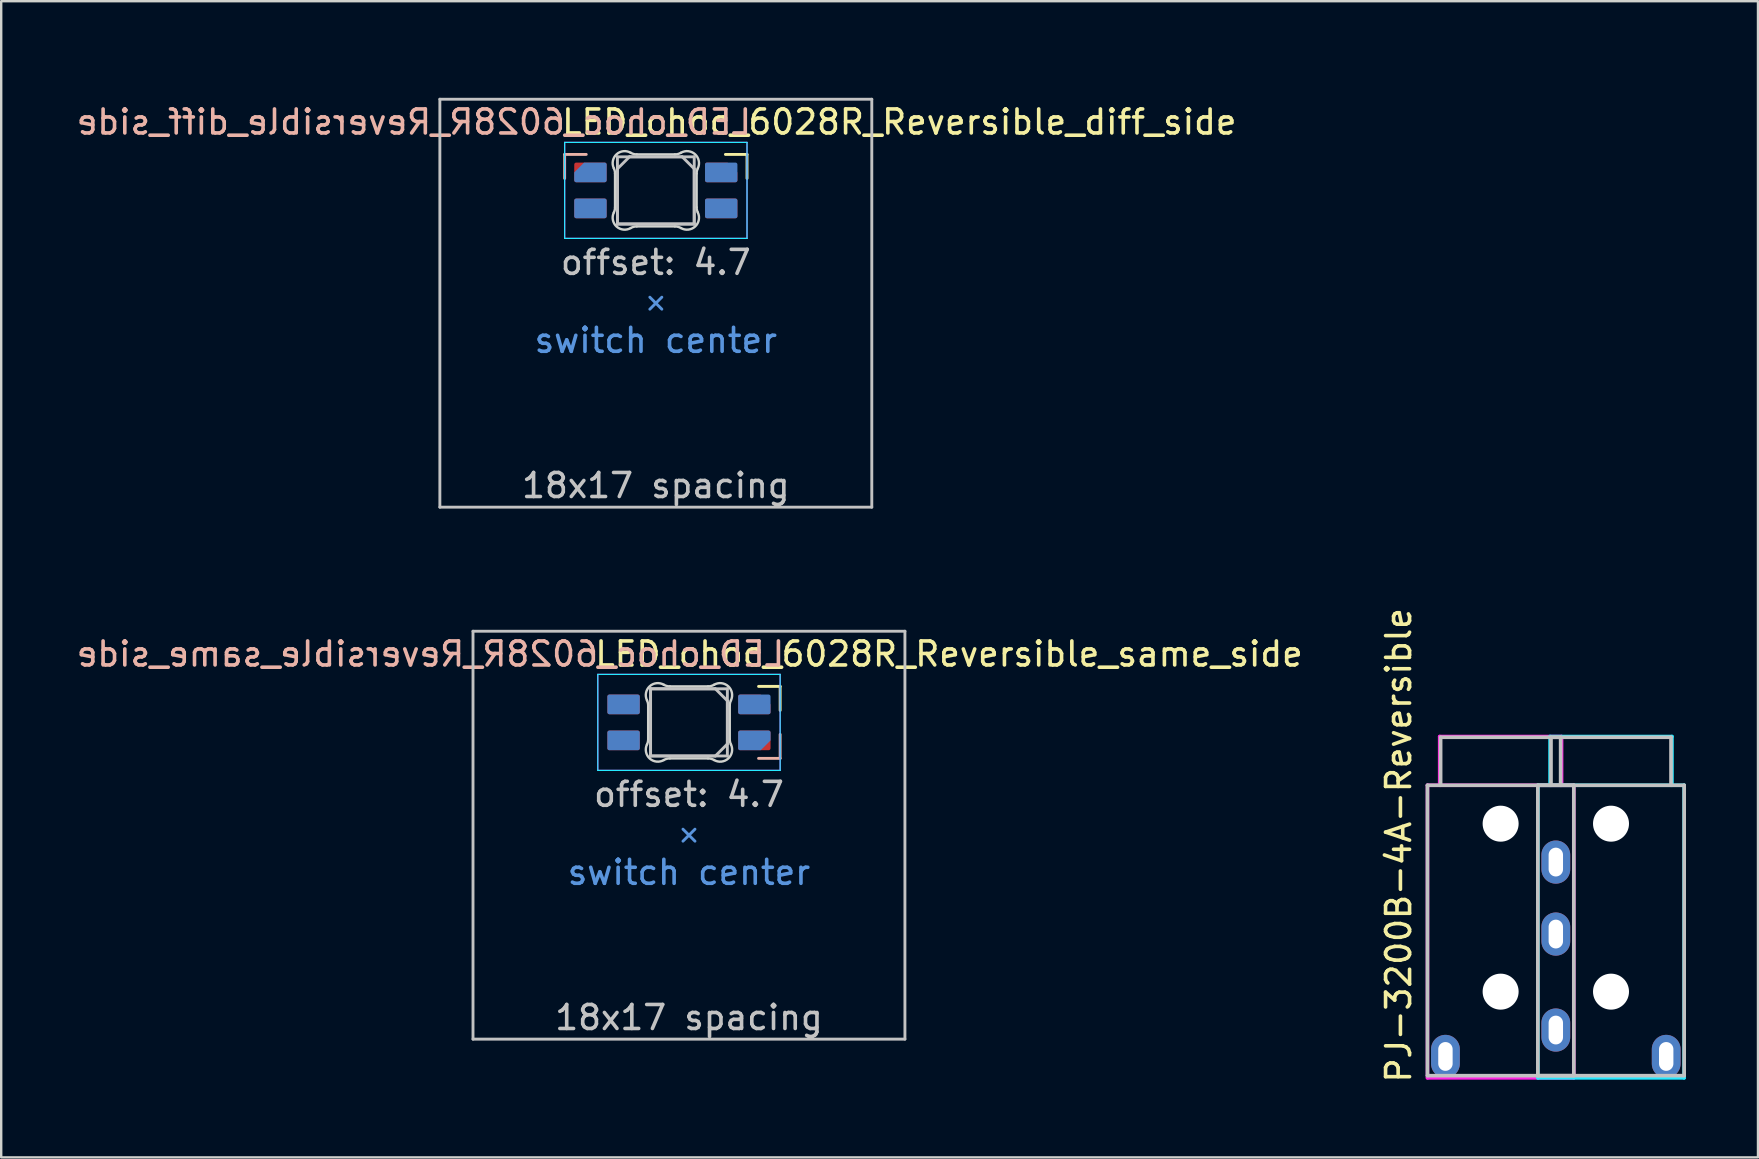
<source format=kicad_pcb>
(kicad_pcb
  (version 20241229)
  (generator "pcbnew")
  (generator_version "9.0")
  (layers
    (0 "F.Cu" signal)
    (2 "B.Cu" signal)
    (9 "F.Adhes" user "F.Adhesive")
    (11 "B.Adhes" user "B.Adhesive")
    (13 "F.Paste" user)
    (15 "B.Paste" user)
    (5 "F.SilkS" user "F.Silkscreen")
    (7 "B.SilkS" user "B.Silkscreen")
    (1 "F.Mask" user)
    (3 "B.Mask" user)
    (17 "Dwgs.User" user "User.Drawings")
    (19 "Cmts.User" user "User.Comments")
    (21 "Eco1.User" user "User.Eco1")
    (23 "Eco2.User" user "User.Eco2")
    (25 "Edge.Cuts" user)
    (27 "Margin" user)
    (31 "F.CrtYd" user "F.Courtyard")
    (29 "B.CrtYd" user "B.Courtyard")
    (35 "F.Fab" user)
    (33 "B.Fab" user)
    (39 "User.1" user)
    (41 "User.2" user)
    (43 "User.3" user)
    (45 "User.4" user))
  (footprint "PJ-3200B-4A-Reversible"
    (layer "F.Cu")
    (at 61.787 29.676)
    (property "Reference" "PJ-3200B-4A-Reversible" (at -6.55 2.5 270) (layer "F.SilkS") (effects (font (size 1 1) (thickness 0.15))))
    (attr through_hole)
    (fp_line (start -5.35 0) (end -5.35 12.1) (stroke (width 0.15) (type solid)) (layer "Dwgs.User"))
    (fp_line (start -4.8 -2) (end 0.2 -2) (stroke (width 0.15) (type solid)) (layer "Dwgs.User"))
    (fp_line (start -4.8 0) (end -4.8 -2) (stroke (width 0.15) (type solid)) (layer "Dwgs.User"))
    (fp_line (start -0.75 0) (end -0.75 12.1) (stroke (width 0.15) (type solid)) (layer "Dwgs.User"))
    (fp_line (start -0.75 0) (end 5.35 0) (stroke (width 0.15) (type solid)) (layer "Dwgs.User"))
    (fp_line (start -0.75 12.1) (end 5.35 12.1) (stroke (width 0.15) (type solid)) (layer "Dwgs.User"))
    (fp_line (start -0.2 0) (end -0.2 -2) (stroke (width 0.15) (type solid)) (layer "Dwgs.User"))
    (fp_line (start 0.2 0) (end 0.2 -2) (stroke (width 0.15) (type solid)) (layer "Dwgs.User"))
    (fp_line (start 0.75 0) (end -5.35 0) (stroke (width 0.15) (type solid)) (layer "Dwgs.User"))
    (fp_line (start 0.75 0) (end 0.75 12.1) (stroke (width 0.15) (type solid)) (layer "Dwgs.User"))
    (fp_line (start 0.75 12.1) (end -5.35 12.1) (stroke (width 0.15) (type solid)) (layer "Dwgs.User"))
    (fp_line (start 4.8 -2) (end -0.2 -2) (stroke (width 0.15) (type solid)) (layer "Dwgs.User"))
    (fp_line (start 4.8 0) (end 4.8 -2) (stroke (width 0.15) (type solid)) (layer "Dwgs.User"))
    (fp_line (start 5.35 0) (end 5.35 12.1) (stroke (width 0.15) (type solid)) (layer "Dwgs.User"))
    (fp_line (start -0.748 0) (end -0.748 12.192) (stroke (width 0.15) (type solid)) (layer "B.CrtYd"))
    (fp_line (start -0.748 12.192) (end 5.348 12.192) (stroke (width 0.15) (type solid)) (layer "B.CrtYd"))
    (fp_line (start -0.24 -2.032) (end 4.84 -2.032) (stroke (width 0.15) (type solid)) (layer "B.CrtYd"))
    (fp_line (start -0.24 0) (end -0.24 -2.032) (stroke (width 0.15) (type solid)) (layer "B.CrtYd"))
    (fp_line (start 4.84 -2.032) (end 4.84 0) (stroke (width 0.15) (type solid)) (layer "B.CrtYd"))
    (fp_line (start 5.348 0) (end -0.748 0) (stroke (width 0.15) (type solid)) (layer "B.CrtYd"))
    (fp_line (start 5.348 12.192) (end 5.348 0) (stroke (width 0.15) (type solid)) (layer "B.CrtYd"))
    (fp_line (start -5.348 0) (end 0.748 0) (stroke (width 0.15) (type solid)) (layer "F.CrtYd"))
    (fp_line (start -5.348 12.192) (end -5.348 0) (stroke (width 0.15) (type solid)) (layer "F.CrtYd"))
    (fp_line (start -4.84 -2.032) (end -4.84 0) (stroke (width 0.15) (type solid)) (layer "F.CrtYd"))
    (fp_line (start 0.24 -2.032) (end -4.84 -2.032) (stroke (width 0.15) (type solid)) (layer "F.CrtYd"))
    (fp_line (start 0.24 0) (end 0.24 -2.032) (stroke (width 0.15) (type solid)) (layer "F.CrtYd"))
    (fp_line (start 0.748 0) (end 0.748 12.192) (stroke (width 0.15) (type solid)) (layer "F.CrtYd"))
    (fp_line (start 0.748 12.192) (end -5.348 12.192) (stroke (width 0.15) (type solid)) (layer "F.CrtYd"))
    (pad "" np_thru_hole circle (at -2.3 1.6 270) (size 1.5 1.5) (drill 1.5) (layers "*.Cu" "*.Mask"))
    (pad "" np_thru_hole circle (at -2.3 8.6 270) (size 1.5 1.5) (drill 1.5) (layers "*.Cu" "*.Mask"))
    (pad "" np_thru_hole circle (at 2.3 1.6 90) (size 1.5 1.5) (drill 1.5) (layers "*.Cu" "*.Mask"))
    (pad "" np_thru_hole circle (at 2.3 8.6 90) (size 1.5 1.5) (drill 1.5) (layers "*.Cu" "*.Mask"))
    (pad "G" thru_hole oval (at -4.6 11.3 270) (size 1.8 1.2) (drill oval 1.2 0.6) (layers "*.Cu" "*.Mask"))
    (pad "G" thru_hole oval (at 4.6 11.3 90) (size 1.8 1.2) (drill oval 1.2 0.6) (layers "*.Cu" "*.Mask"))
    (pad "R" thru_hole oval (at 0 6.2 90) (size 1.8 1.2) (drill oval 1.2 0.6) (layers "*.Cu" "*.Mask"))
    (pad "S" thru_hole oval (at 0 3.2 90) (size 1.8 1.2) (drill oval 1.2 0.6) (layers "*.Cu" "*.Mask"))
    (pad "T" thru_hole oval (at 0 10.2 90) (size 1.8 1.2) (drill oval 1.2 0.6) (layers "*.Cu" "*.Mask")))
  (footprint "LED_choc_6028R_Reversible_same_side"
    (layer "F.Cu")
    (at 25.662 27.055)
    (property "Reference" "LED_choc_6028R_Reversible_same_side" (at -4 -2.85 180) (layer "F.SilkS") (effects (font (size 1 1) (thickness 0.15)) (justify left)))
    (attr smd)
    (fp_line (start 3.8 -1.5) (end 2.9 -1.5) (stroke (width 0.12) (type solid)) (layer "F.SilkS"))
    (fp_line (start 3.8 -0.5) (end 3.8 -1.5) (stroke (width 0.12) (type solid)) (layer "F.SilkS"))
    (fp_line (start 3.8 0.5) (end 3.8 1.5) (stroke (width 0.12) (type solid)) (layer "B.SilkS"))
    (fp_line (start 3.8 1.5) (end 2.9 1.5) (stroke (width 0.12) (type solid)) (layer "B.SilkS"))
    (fp_line (start -9 -3.8) (end -9 13.2) (stroke (width 0.12) (type solid)) (layer "Dwgs.User"))
    (fp_line (start -9 13.2) (end 9 13.2) (stroke (width 0.12) (type solid)) (layer "Dwgs.User"))
    (fp_line (start -1.6 -1.4) (end -1.6 1.4) (stroke (width 0.12) (type solid)) (layer "Dwgs.User"))
    (fp_line (start -1.6 -1.4) (end 1.1 -1.4) (stroke (width 0.12) (type solid)) (layer "Dwgs.User"))
    (fp_line (start -1.6 1.4) (end 1.1 1.4) (stroke (width 0.12) (type solid)) (layer "Dwgs.User"))
    (fp_line (start -1.6 1.4) (end -1.6 -1.4) (stroke (width 0.12) (type solid)) (layer "Dwgs.User"))
    (fp_line (start 1.6 -1.4) (end -1.6 -1.4) (stroke (width 0.12) (type solid)) (layer "Dwgs.User"))
    (fp_line (start 1.6 -0.9) (end 1.1 -1.4) (stroke (width 0.12) (type solid)) (layer "Dwgs.User"))
    (fp_line (start 1.6 -0.9) (end 1.6 1.4) (stroke (width 0.12) (type solid)) (layer "Dwgs.User"))
    (fp_line (start 1.6 0.9) (end 1.1 1.4) (stroke (width 0.12) (type solid)) (layer "Dwgs.User"))
    (fp_line (start 1.6 0.9) (end 1.6 -1.4) (stroke (width 0.12) (type solid)) (layer "Dwgs.User"))
    (fp_line (start 1.6 1.4) (end -1.6 1.4) (stroke (width 0.12) (type solid)) (layer "Dwgs.User"))
    (fp_line (start 9 -3.8) (end -9 -3.8) (stroke (width 0.12) (type solid)) (layer "Dwgs.User"))
    (fp_line (start 9 13.2) (end 9 -3.8) (stroke (width 0.12) (type solid)) (layer "Dwgs.User"))
    (fp_line (start -0.25 4.45) (end 0 4.7) (stroke (width 0.12) (type solid)) (layer "Cmts.User"))
    (fp_line (start 0 4.7) (end -0.25 4.95) (stroke (width 0.12) (type solid)) (layer "Cmts.User"))
    (fp_line (start 0 4.7) (end 0.25 4.95) (stroke (width 0.12) (type solid)) (layer "Cmts.User"))
    (fp_line (start 0.25 4.45) (end 0 4.7) (stroke (width 0.12) (type solid)) (layer "Cmts.User"))
    (fp_line (start -9.525 -4.825) (end 9.525 -4.825) (stroke (width 0.12) (type solid)) (layer "Eco1.User"))
    (fp_line (start -9.525 14.225) (end -9.525 -4.825) (stroke (width 0.12) (type solid)) (layer "Eco1.User"))
    (fp_line (start 9.525 -4.825) (end 9.525 14.225) (stroke (width 0.12) (type solid)) (layer "Eco1.User"))
    (fp_line (start 9.525 14.225) (end -9.525 14.225) (stroke (width 0.12) (type solid)) (layer "Eco1.User"))
    (fp_line (start -1.7 0.703) (end -1.7 -0.703) (stroke (width 0.1) (type solid)) (layer "Edge.Cuts"))
    (fp_line (start -0.794 1.5) (end 0.794 1.5) (stroke (width 0.1) (type solid)) (layer "Edge.Cuts"))
    (fp_line (start 0.794 -1.5) (end -0.794 -1.5) (stroke (width 0.1) (type solid)) (layer "Edge.Cuts"))
    (fp_line (start 1.7 0.703) (end 1.7 -0.703) (stroke (width 0.1) (type solid)) (layer "Edge.Cuts"))
    (fp_arc (start -1.749484 -0.919719) (mid -1.712527 -0.814067) (end -1.699999 -0.702842) (stroke (width 0.1) (type solid)) (layer "Edge.Cuts"))
    (fp_arc (start -1.749484 -0.919719) (mid -1.63807 -1.504033) (end -1.046711 -1.568296) (stroke (width 0.1) (type solid)) (layer "Edge.Cuts"))
    (fp_arc (start -1.699999 0.702842) (mid -1.712528 0.814067) (end -1.749484 0.919719) (stroke (width 0.1) (type solid)) (layer "Edge.Cuts"))
    (fp_arc (start -1.046711 1.568296) (mid -1.63807 1.504033) (end -1.749484 0.919719) (stroke (width 0.1) (type solid)) (layer "Edge.Cuts"))
    (fp_arc (start -1.046711 1.5683) (mid -0.925123 1.517378) (end -0.794453 1.500001) (stroke (width 0.1) (type solid)) (layer "Edge.Cuts"))
    (fp_arc (start -0.794453 -1.500001) (mid -0.925128 -1.517366) (end -1.046711 -1.5683) (stroke (width 0.1) (type solid)) (layer "Edge.Cuts"))
    (fp_arc (start 0.794452 1.499999) (mid 0.925128 1.517364) (end 1.046711 1.568298) (stroke (width 0.1) (type solid)) (layer "Edge.Cuts"))
    (fp_arc (start 1.046711 -1.568299) (mid 0.925122 -1.517388) (end 0.794453 -1.5) (stroke (width 0.1) (type solid)) (layer "Edge.Cuts"))
    (fp_arc (start 1.046711 -1.568299) (mid 1.638071 -1.504036) (end 1.749484 -0.919721) (stroke (width 0.1) (type solid)) (layer "Edge.Cuts"))
    (fp_arc (start 1.699999 -0.702844) (mid 1.712524 -0.814069) (end 1.749484 -0.919721) (stroke (width 0.1) (type solid)) (layer "Edge.Cuts"))
    (fp_arc (start 1.749484 0.919719) (mid 1.712519 0.814068) (end 1.699999 0.702841) (stroke (width 0.1) (type solid)) (layer "Edge.Cuts"))
    (fp_arc (start 1.749484 0.919721) (mid 1.638071 1.504035) (end 1.046711 1.568299) (stroke (width 0.1) (type solid)) (layer "Edge.Cuts"))
    (fp_line (start -3.8 -2) (end -3.8 2) (stroke (width 0.05) (type solid)) (layer "B.CrtYd"))
    (fp_line (start -3.8 2) (end 3.8 2) (stroke (width 0.05) (type solid)) (layer "B.CrtYd"))
    (fp_line (start 3.8 -2) (end -3.8 -2) (stroke (width 0.05) (type solid)) (layer "B.CrtYd"))
    (fp_line (start 3.8 2) (end 3.8 -2) (stroke (width 0.05) (type solid)) (layer "B.CrtYd"))
    (fp_line (start -3.8 -2) (end 3.8 -2) (stroke (width 0.05) (type solid)) (layer "F.CrtYd"))
    (fp_line (start -3.8 2) (end -3.8 -2) (stroke (width 0.05) (type solid)) (layer "F.CrtYd"))
    (fp_line (start 3.8 -2) (end 3.8 2) (stroke (width 0.05) (type solid)) (layer "F.CrtYd"))
    (fp_line (start 3.8 2) (end -3.8 2) (stroke (width 0.05) (type solid)) (layer "F.CrtYd"))
    (fp_text user "${REFERENCE}" (at 4.064 -2.85 180) (layer "B.SilkS") (effects (font (size 1 1) (thickness 0.15)) (justify left mirror)))
    (fp_text user "offset: 4.7" (at 0 3 180) (layer "Dwgs.User") (effects (font (size 1 1) (thickness 0.15))))
    (fp_text user "18x17 spacing" (at 0 12.3 180) (layer "Dwgs.User") (effects (font (size 1 1) (thickness 0.15))))
    (fp_text user "switch center" (at 0 6.25 180) (layer "Cmts.User") (effects (font (size 1 1) (thickness 0.15))))
    (fp_text user "19.05 spacing" (at 0 13.4 180) (layer "Eco1.User") (effects (font (size 1 1) (thickness 0.15))))
    (pad "1" smd roundrect (at -2.725 -0.75 270) (size 0.82 1.35) (layers "B.Cu" "B.Mask" "B.Paste") (roundrect_rratio 0.1))
    (pad "1" smd roundrect (at -2.725 0.75 270) (size 0.82 1.35) (layers "F.Cu" "F.Mask" "F.Paste") (roundrect_rratio 0.1))
    (pad "2" smd roundrect (at -2.725 -0.75 270) (size 0.82 1.35) (layers "F.Cu" "F.Mask" "F.Paste") (roundrect_rratio 0.1))
    (pad "2" smd roundrect (at -2.725 0.75 270) (size 0.82 1.35) (layers "B.Cu" "B.Mask" "B.Paste") (roundrect_rratio 0.1))
    (pad "3" smd roundrect (at 2.725 -0.75 270) (size 0.82 1.35) (layers "B.Cu" "B.Mask" "B.Paste") (roundrect_rratio 0.1))
    (pad "3" smd roundrect (at 2.725 0.75 270) (size 0.82 1.35) (layers "F.Cu" "F.Mask" "F.Paste") (roundrect_rratio 0.1))
    (pad "4" smd roundrect (at 2.725 -0.75 270) (size 0.82 1.35) (layers "F.Cu" "F.Mask" "F.Paste") (roundrect_rratio 0.1) (chamfer_ratio 0.5) (chamfer top_left))
    (pad "4" smd roundrect (at 2.725 0.75 270) (size 0.82 1.35) (layers "B.Cu" "B.Mask" "B.Paste") (roundrect_rratio 0.1) (chamfer_ratio 0.5) (chamfer top_right)))
  (footprint "LED_choc_6028R_Reversible_diff_side"
    (layer "F.Cu")
    (at 24.281 4.885)
    (property "Reference" "LED_choc_6028R_Reversible_diff_side" (at -4 -2.85 180) (layer "F.SilkS") (effects (font (size 1 1) (thickness 0.15)) (justify left)))
    (attr smd)
    (fp_line (start 3.8 -1.5) (end 2.9 -1.5) (stroke (width 0.12) (type solid)) (layer "F.SilkS"))
    (fp_line (start 3.8 -0.5) (end 3.8 -1.5) (stroke (width 0.12) (type solid)) (layer "F.SilkS"))
    (fp_line (start -3.8 -1.5) (end -2.9 -1.5) (stroke (width 0.12) (type solid)) (layer "B.SilkS"))
    (fp_line (start -3.8 -0.5) (end -3.8 -1.5) (stroke (width 0.12) (type solid)) (layer "B.SilkS"))
    (fp_line (start -9 -3.8) (end -9 13.2) (stroke (width 0.12) (type solid)) (layer "Dwgs.User"))
    (fp_line (start -9 13.2) (end 9 13.2) (stroke (width 0.12) (type solid)) (layer "Dwgs.User"))
    (fp_line (start -1.6 -1.4) (end 1.1 -1.4) (stroke (width 0.12) (type solid)) (layer "Dwgs.User"))
    (fp_line (start -1.6 -0.9) (end -1.6 1.4) (stroke (width 0.12) (type solid)) (layer "Dwgs.User"))
    (fp_line (start -1.6 -0.9) (end -1.1 -1.4) (stroke (width 0.12) (type solid)) (layer "Dwgs.User"))
    (fp_line (start -1.6 1.4) (end -1.6 -1.4) (stroke (width 0.12) (type solid)) (layer "Dwgs.User"))
    (fp_line (start -1.6 1.4) (end 1.6 1.4) (stroke (width 0.12) (type solid)) (layer "Dwgs.User"))
    (fp_line (start 1.6 -1.4) (end -1.1 -1.4) (stroke (width 0.12) (type solid)) (layer "Dwgs.User"))
    (fp_line (start 1.6 -0.9) (end 1.1 -1.4) (stroke (width 0.12) (type solid)) (layer "Dwgs.User"))
    (fp_line (start 1.6 -0.9) (end 1.6 1.4) (stroke (width 0.12) (type solid)) (layer "Dwgs.User"))
    (fp_line (start 1.6 1.4) (end -1.6 1.4) (stroke (width 0.12) (type solid)) (layer "Dwgs.User"))
    (fp_line (start 1.6 1.4) (end 1.6 -1.4) (stroke (width 0.12) (type solid)) (layer "Dwgs.User"))
    (fp_line (start 9 -3.8) (end -9 -3.8) (stroke (width 0.12) (type solid)) (layer "Dwgs.User"))
    (fp_line (start 9 13.2) (end 9 -3.8) (stroke (width 0.12) (type solid)) (layer "Dwgs.User"))
    (fp_line (start -0.25 4.45) (end 0 4.7) (stroke (width 0.12) (type solid)) (layer "Cmts.User"))
    (fp_line (start 0 4.7) (end -0.25 4.95) (stroke (width 0.12) (type solid)) (layer "Cmts.User"))
    (fp_line (start 0 4.7) (end 0.25 4.95) (stroke (width 0.12) (type solid)) (layer "Cmts.User"))
    (fp_line (start 0.25 4.45) (end 0 4.7) (stroke (width 0.12) (type solid)) (layer "Cmts.User"))
    (fp_line (start -9.525 -4.825) (end 9.525 -4.825) (stroke (width 0.12) (type solid)) (layer "Eco1.User"))
    (fp_line (start -9.525 14.225) (end -9.525 -4.825) (stroke (width 0.12) (type solid)) (layer "Eco1.User"))
    (fp_line (start 9.525 -4.825) (end 9.525 14.225) (stroke (width 0.12) (type solid)) (layer "Eco1.User"))
    (fp_line (start 9.525 14.225) (end -9.525 14.225) (stroke (width 0.12) (type solid)) (layer "Eco1.User"))
    (fp_line (start -1.7 0.703) (end -1.7 -0.703) (stroke (width 0.1) (type solid)) (layer "Edge.Cuts"))
    (fp_line (start -0.794 1.5) (end 0.794 1.5) (stroke (width 0.1) (type solid)) (layer "Edge.Cuts"))
    (fp_line (start 0.794 -1.5) (end -0.794 -1.5) (stroke (width 0.1) (type solid)) (layer "Edge.Cuts"))
    (fp_line (start 1.7 -0.703) (end 1.7 0.703) (stroke (width 0.1) (type solid)) (layer "Edge.Cuts"))
    (fp_arc (start -1.749484 -0.919719) (mid -1.712527 -0.814067) (end -1.699999 -0.702842) (stroke (width 0.1) (type solid)) (layer "Edge.Cuts"))
    (fp_arc (start -1.749484 -0.919719) (mid -1.63807 -1.504033) (end -1.046711 -1.568296) (stroke (width 0.1) (type solid)) (layer "Edge.Cuts"))
    (fp_arc (start -1.699999 0.702843) (mid -1.712527 0.814069) (end -1.749484 0.919721) (stroke (width 0.1) (type solid)) (layer "Edge.Cuts"))
    (fp_arc (start -1.046711 1.568299) (mid -1.638071 1.504036) (end -1.749484 0.919721) (stroke (width 0.1) (type solid)) (layer "Edge.Cuts"))
    (fp_arc (start -1.046711 1.5683) (mid -0.925123 1.517378) (end -0.794453 1.500001) (stroke (width 0.1) (type solid)) (layer "Edge.Cuts"))
    (fp_arc (start -0.794452 -1.499999) (mid -0.925123 -1.517376) (end -1.046711 -1.568298) (stroke (width 0.1) (type solid)) (layer "Edge.Cuts"))
    (fp_arc (start 0.794453 1.500001) (mid 0.925123 1.517378) (end 1.046711 1.5683) (stroke (width 0.1) (type solid)) (layer "Edge.Cuts"))
    (fp_arc (start 1.046711 -1.568298) (mid 0.925123 -1.517376) (end 0.794452 -1.499999) (stroke (width 0.1) (type solid)) (layer "Edge.Cuts"))
    (fp_arc (start 1.046711 -1.568298) (mid 1.638072 -1.504034) (end 1.749484 -0.919718) (stroke (width 0.1) (type solid)) (layer "Edge.Cuts"))
    (fp_arc (start 1.699999 -0.702842) (mid 1.712527 -0.814067) (end 1.749484 -0.919719) (stroke (width 0.1) (type solid)) (layer "Edge.Cuts"))
    (fp_arc (start 1.749484 0.919721) (mid 1.638071 1.504035) (end 1.046711 1.568299) (stroke (width 0.1) (type solid)) (layer "Edge.Cuts"))
    (fp_arc (start 1.749484 0.919721) (mid 1.712527 0.814069) (end 1.699999 0.702844) (stroke (width 0.1) (type solid)) (layer "Edge.Cuts"))
    (fp_line (start -3.8 -2) (end -3.8 2) (stroke (width 0.05) (type solid)) (layer "B.CrtYd"))
    (fp_line (start -3.8 2) (end 3.8 2) (stroke (width 0.05) (type solid)) (layer "B.CrtYd"))
    (fp_line (start 3.8 -2) (end -3.8 -2) (stroke (width 0.05) (type solid)) (layer "B.CrtYd"))
    (fp_line (start 3.8 2) (end 3.8 -2) (stroke (width 0.05) (type solid)) (layer "B.CrtYd"))
    (fp_line (start -3.8 -2) (end 3.8 -2) (stroke (width 0.05) (type solid)) (layer "F.CrtYd"))
    (fp_line (start -3.8 2) (end -3.8 -2) (stroke (width 0.05) (type solid)) (layer "F.CrtYd"))
    (fp_line (start 3.8 -2) (end 3.8 2) (stroke (width 0.05) (type solid)) (layer "F.CrtYd"))
    (fp_line (start 3.8 2) (end -3.8 2) (stroke (width 0.05) (type solid)) (layer "F.CrtYd"))
    (fp_text user "${REFERENCE}" (at 4.064 -2.85 180) (layer "B.SilkS") (effects (font (size 1 1) (thickness 0.15)) (justify left mirror)))
    (fp_text user "18x17 spacing" (at 0 12.3 180) (layer "Dwgs.User") (effects (font (size 1 1) (thickness 0.15))))
    (fp_text user "offset: 4.7" (at 0 3 180) (layer "Dwgs.User") (effects (font (size 1 1) (thickness 0.15))))
    (fp_text user "switch center" (at 0 6.25 180) (layer "Cmts.User") (effects (font (size 1 1) (thickness 0.15))))
    (fp_text user "19.05 spacing" (at 0 13.4 180) (layer "Eco1.User") (effects (font (size 1 1) (thickness 0.15))))
    (pad "1" smd roundrect (at -2.725 0.75 270) (size 0.82 1.35) (layers "F.Cu" "F.Mask" "F.Paste") (roundrect_rratio 0.1))
    (pad "1" smd roundrect (at 2.725 0.75 90) (size 0.82 1.35) (layers "B.Cu" "B.Mask" "B.Paste") (roundrect_rratio 0.1))
    (pad "2" smd roundrect (at -2.725 -0.75 270) (size 0.82 1.35) (layers "F.Cu" "F.Mask" "F.Paste") (roundrect_rratio 0.1))
    (pad "2" smd roundrect (at 2.725 -0.75 90) (size 0.82 1.35) (layers "B.Cu" "B.Mask" "B.Paste") (roundrect_rratio 0.1))
    (pad "3" smd roundrect (at -2.725 0.75 90) (size 0.82 1.35) (layers "B.Cu" "B.Mask" "B.Paste") (roundrect_rratio 0.1))
    (pad "3" smd roundrect (at 2.725 0.75 270) (size 0.82 1.35) (layers "F.Cu" "F.Mask" "F.Paste") (roundrect_rratio 0.1))
    (pad "4" smd roundrect (at -2.725 -0.75 90) (size 0.82 1.35) (layers "B.Cu" "B.Mask" "B.Paste") (roundrect_rratio 0.1) (chamfer_ratio 0.5) (chamfer top_right))
    (pad "4" smd roundrect (at 2.725 -0.75 270) (size 0.82 1.35) (layers "F.Cu" "F.Mask" "F.Paste") (roundrect_rratio 0.1) (chamfer_ratio 0.5) (chamfer top_left)))
  (gr_rect
    (start -3 -3)
    (end 70.212 45.182)
    (stroke (width 0.1) (type default))
    (fill no)
    (layer "Edge.Cuts")))
</source>
